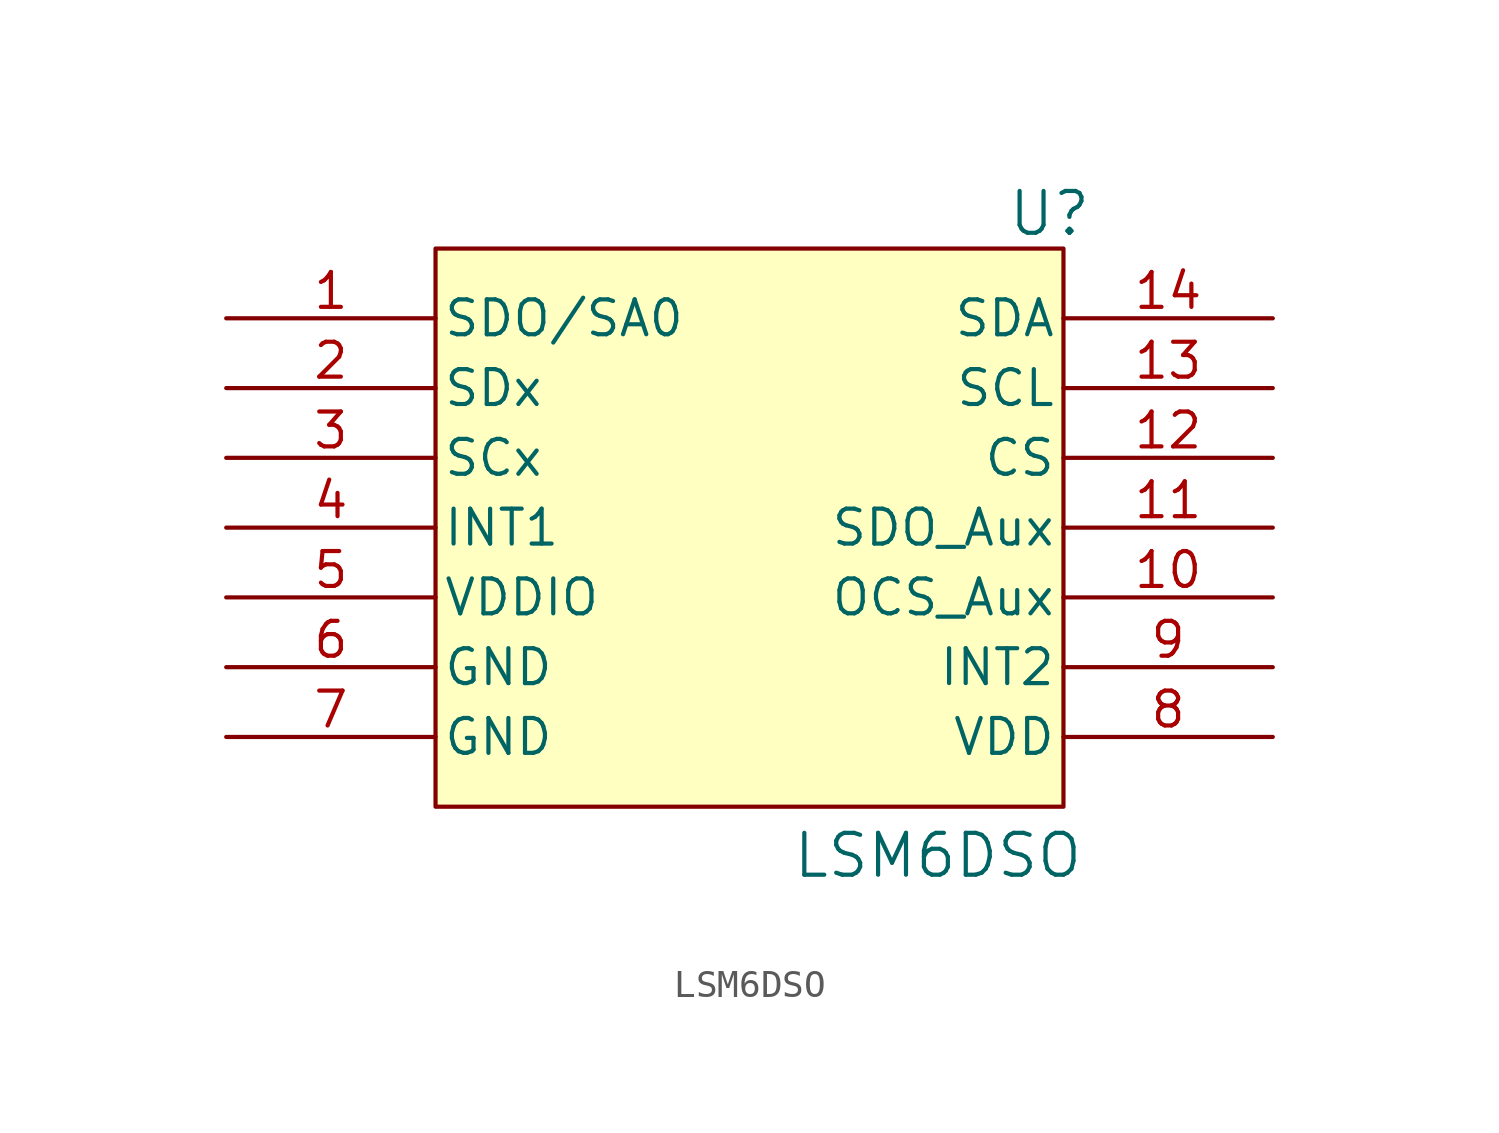
<source format=kicad_sym>
(kicad_symbol_lib
  (version 20231120)
  (generator "kicad_symbol_editor")
  (generator_version "8.0")
  (symbol "LSM6DSO"
    (pin_names
      (offset 0.254))
    (property "Reference" "U"
      (at 22.352 21.59 0)
      (effects (font (size 1.524 1.524))))
    (property "Value" "LSM6DSO"
      (at 18.288 -1.778 0)
      (effects (font (size 1.524 1.524))))
    (symbol "LSM6DSO_0_1"
      (pin bidirectional line (at -7.62 17.78 0) (length 7.62) (name "SDO/SA0" (effects (font (size 1.27 1.27)))) (number "1" (effects (font (size 1.27 1.27)))))
      (pin bidirectional line (at 30.48 7.62 180) (length 7.62) (name "OCS_Aux" (effects (font (size 1.27 1.27)))) (number "10" (effects (font (size 1.27 1.27)))))
      (pin bidirectional line (at 30.48 10.16 180) (length 7.62) (name "SDO_Aux" (effects (font (size 1.27 1.27)))) (number "11" (effects (font (size 1.27 1.27)))))
      (pin input line (at 30.48 12.7 180) (length 7.62) (name "CS" (effects (font (size 1.27 1.27)))) (number "12" (effects (font (size 1.27 1.27)))))
      (pin input line (at 30.48 15.24 180) (length 7.62) (name "SCL" (effects (font (size 1.27 1.27)))) (number "13" (effects (font (size 1.27 1.27)))))
      (pin bidirectional line (at 30.48 17.78 180) (length 7.62) (name "SDA" (effects (font (size 1.27 1.27)))) (number "14" (effects (font (size 1.27 1.27)))))
      (pin bidirectional line (at -7.62 15.24 0) (length 7.62) (name "SDx" (effects (font (size 1.27 1.27)))) (number "2" (effects (font (size 1.27 1.27)))))
      (pin bidirectional line (at -7.62 12.7 0) (length 7.62) (name "SCx" (effects (font (size 1.27 1.27)))) (number "3" (effects (font (size 1.27 1.27)))))
      (pin output line (at -7.62 10.16 0) (length 7.62) (name "INT1" (effects (font (size 1.27 1.27)))) (number "4" (effects (font (size 1.27 1.27)))))
      (pin power_in line (at -7.62 7.62 0) (length 7.62) (name "VDDIO" (effects (font (size 1.27 1.27)))) (number "5" (effects (font (size 1.27 1.27)))))
      (pin power_in line (at 30.48 2.54 180) (length 7.62) (name "VDD" (effects (font (size 1.27 1.27)))) (number "8" (effects (font (size 1.27 1.27)))))
      (pin output line (at 30.48 5.08 180) (length 7.62) (name "INT2" (effects (font (size 1.27 1.27)))) (number "9" (effects (font (size 1.27 1.27))))))
    (symbol "LSM6DSO_1_1"
      (rectangle (start 0 20.32) (end 22.86 0) (stroke (width 0) (type default)) (fill (type background)))
      (pin power_in line (at -7.62 5.08 0) (length 7.62) (name "GND" (effects (font (size 1.27 1.27)))) (number "6" (effects (font (size 1.27 1.27)))))
      (pin power_in line (at -7.62 2.54 0) (length 7.62) (name "GND" (effects (font (size 1.27 1.27)))) (number "7" (effects (font (size 1.27 1.27))))))))
</source>
